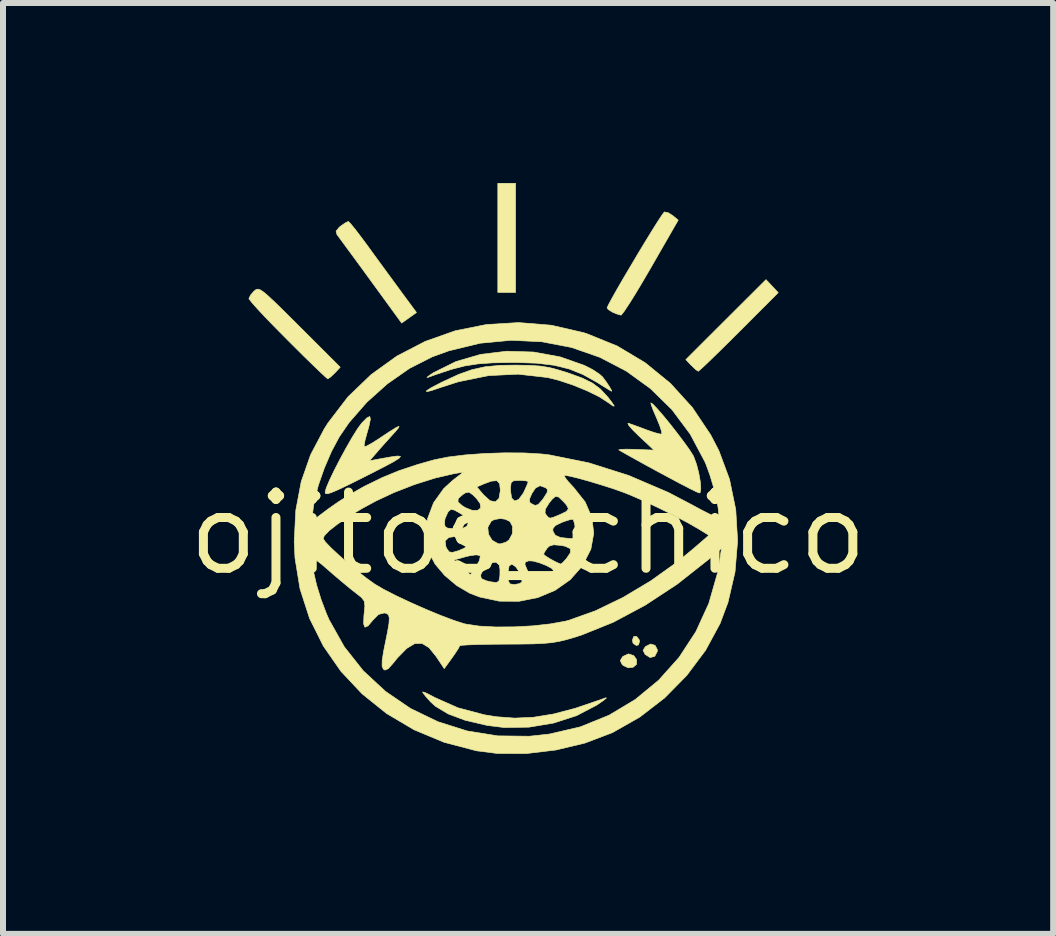
<source format=kicad_pcb>
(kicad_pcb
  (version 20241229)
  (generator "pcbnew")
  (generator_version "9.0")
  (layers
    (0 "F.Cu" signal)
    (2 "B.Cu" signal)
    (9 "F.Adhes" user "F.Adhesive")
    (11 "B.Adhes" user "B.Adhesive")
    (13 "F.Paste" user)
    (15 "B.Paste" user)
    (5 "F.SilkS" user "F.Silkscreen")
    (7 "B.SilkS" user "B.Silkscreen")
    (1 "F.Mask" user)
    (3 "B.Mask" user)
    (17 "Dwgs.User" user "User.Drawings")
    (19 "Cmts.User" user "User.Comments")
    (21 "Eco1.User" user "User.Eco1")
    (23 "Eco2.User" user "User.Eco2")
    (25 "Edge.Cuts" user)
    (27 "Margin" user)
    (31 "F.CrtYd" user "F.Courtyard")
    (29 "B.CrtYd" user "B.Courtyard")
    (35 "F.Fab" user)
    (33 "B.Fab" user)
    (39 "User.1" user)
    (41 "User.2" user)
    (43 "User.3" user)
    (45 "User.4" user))
  (footprint "ojitos_chico"
    (layer "F.Cu")
    (at 5.753 5.843)
    (property "Reference" "ojitos_chico" (at 0 0 0) (layer "F.SilkS") (effects (font (size 1.27 1.27) (thickness 0.15))))
    (attr through_hole)
    (fp_poly (pts (xy -0.209 -4.018) (xy -0.505 -4.018) (xy -0.505 -5.838) (xy -0.209 -5.838) (xy -0.209 -4.018)) (stroke (width 0.01) (type solid)) (fill yes) (layer "F.SilkS"))
    (fp_poly (pts (xy 1.85 1.769) (xy 1.858 1.796) (xy 1.84 1.856) (xy 1.805 1.867) (xy 1.75 1.831) (xy 1.738 1.778) (xy 1.761 1.716) (xy 1.808 1.715) (xy 1.85 1.769)) (stroke (width 0.01) (type solid)) (fill yes) (layer "F.SilkS"))
    (fp_poly (pts (xy 1.761 2.035) (xy 1.809 2.103) (xy 1.807 2.181) (xy 1.751 2.229) (xy 1.667 2.238) (xy 1.584 2.199) (xy 1.567 2.182) (xy 1.536 2.119) (xy 1.573 2.057) (xy 1.58 2.049) (xy 1.671 2.006) (xy 1.761 2.035)) (stroke (width 0.01) (type solid)) (fill yes) (layer "F.SilkS"))
    (fp_poly (pts (xy 2.116 1.864) (xy 2.154 1.935) (xy 2.153 1.967) (xy 2.11 2.048) (xy 2.033 2.067) (xy 1.951 2.016) (xy 1.95 2.014) (xy 1.916 1.949) (xy 1.952 1.889) (xy 1.957 1.884) (xy 2.04 1.842) (xy 2.116 1.864)) (stroke (width 0.01) (type solid)) (fill yes) (layer "F.SilkS"))
    (fp_poly (pts (xy 4.067 -4.124) (xy 4.169 -4.015) (xy 3.515 -3.36) (xy 3.323 -3.169) (xy 3.151 -3) (xy 3.008 -2.861) (xy 2.903 -2.762) (xy 2.845 -2.711) (xy 2.836 -2.705) (xy 2.793 -2.733) (xy 2.723 -2.8) (xy 2.72 -2.802) (xy 2.629 -2.899) (xy 3.297 -3.566) (xy 3.965 -4.232) (xy 4.067 -4.124)) (stroke (width 0.01) (type solid)) (fill yes) (layer "F.SilkS"))
    (fp_poly (pts (xy -2.964 -5.17) (xy -2.891 -5.082) (xy -2.79 -4.95) (xy -2.669 -4.787) (xy -2.641 -4.748) (xy -2.491 -4.542) (xy -2.334 -4.327) (xy -2.189 -4.13) (xy -2.086 -3.989) (xy -1.861 -3.684) (xy -1.984 -3.596) (xy -2.108 -3.508) (xy -2.625 -4.218) (xy -2.783 -4.435) (xy -2.926 -4.63) (xy -3.046 -4.793) (xy -3.134 -4.913) (xy -3.182 -4.978) (xy -3.187 -4.985) (xy -3.201 -5.041) (xy -3.146 -5.107) (xy -3.128 -5.122) (xy -3.047 -5.178) (xy -2.997 -5.202) (xy -2.997 -5.202) (xy -2.964 -5.17)) (stroke (width 0.01) (type solid)) (fill yes) (layer "F.SilkS"))
    (fp_poly (pts (xy 2.335 -5.347) (xy 2.41 -5.3) (xy 2.502 -5.224) (xy 2.046 -4.431) (xy 1.91 -4.198) (xy 1.787 -3.993) (xy 1.682 -3.825) (xy 1.603 -3.706) (xy 1.556 -3.646) (xy 1.548 -3.64) (xy 1.48 -3.659) (xy 1.41 -3.688) (xy 1.338 -3.732) (xy 1.316 -3.76) (xy 1.338 -3.81) (xy 1.396 -3.918) (xy 1.482 -4.071) (xy 1.589 -4.256) (xy 1.71 -4.46) (xy 1.835 -4.671) (xy 1.958 -4.874) (xy 2.071 -5.058) (xy 2.166 -5.209) (xy 2.235 -5.313) (xy 2.27 -5.359) (xy 2.272 -5.36) (xy 2.335 -5.347)) (stroke (width 0.01) (type solid)) (fill yes) (layer "F.SilkS"))
    (fp_poly (pts (xy -4.467 -4.063) (xy -4.409 -4.025) (xy -4.326 -3.954) (xy -4.208 -3.843) (xy -4.048 -3.686) (xy -3.837 -3.476) (xy -3.807 -3.446) (xy -3.132 -2.772) (xy -3.223 -2.675) (xy -3.294 -2.608) (xy -3.338 -2.578) (xy -3.339 -2.578) (xy -3.375 -2.607) (xy -3.461 -2.687) (xy -3.589 -2.81) (xy -3.75 -2.967) (xy -3.934 -3.15) (xy -4.009 -3.225) (xy -4.199 -3.417) (xy -4.367 -3.59) (xy -4.504 -3.736) (xy -4.601 -3.845) (xy -4.65 -3.907) (xy -4.654 -3.916) (xy -4.625 -3.976) (xy -4.568 -4.041) (xy -4.538 -4.064) (xy -4.507 -4.074) (xy -4.467 -4.063)) (stroke (width 0.01) (type solid)) (fill yes) (layer "F.SilkS"))
    (fp_poly (pts (xy -1.718 2.651) (xy -1.628 2.695) (xy -1.555 2.734) (xy -1.17 2.905) (xy -0.728 3.022) (xy -0.53 3.054) (xy -0.224 3.077) (xy 0.088 3.063) (xy 0.421 3.009) (xy 0.79 2.912) (xy 1.21 2.769) (xy 1.294 2.738) (xy 1.305 2.742) (xy 1.256 2.783) (xy 1.156 2.852) (xy 1.146 2.859) (xy 0.808 3.036) (xy 0.423 3.16) (xy 0.013 3.228) (xy -0.4 3.234) (xy -0.681 3.199) (xy -1.046 3.114) (xy -1.333 3.007) (xy -1.546 2.879) (xy -1.625 2.807) (xy -1.706 2.716) (xy -1.753 2.655) (xy -1.758 2.64) (xy -1.718 2.651)) (stroke (width 0.01) (type solid)) (fill yes) (layer "F.SilkS"))
    (fp_poly (pts (xy 0.093 -3.025) (xy 0.535 -2.944) (xy 0.934 -2.804) (xy 1.074 -2.733) (xy 1.191 -2.655) (xy 1.242 -2.609) (xy 1.305 -2.524) (xy 1.36 -2.441) (xy 1.391 -2.383) (xy 1.391 -2.371) (xy 1.351 -2.394) (xy 1.26 -2.45) (xy 1.146 -2.521) (xy 0.915 -2.65) (xy 0.684 -2.743) (xy 0.435 -2.804) (xy 0.146 -2.839) (xy -0.201 -2.851) (xy -0.294 -2.851) (xy -0.595 -2.845) (xy -0.842 -2.827) (xy -1.064 -2.792) (xy -1.289 -2.733) (xy -1.549 -2.646) (xy -1.67 -2.602) (xy -1.687 -2.603) (xy -1.641 -2.639) (xy -1.577 -2.681) (xy -1.204 -2.866) (xy -0.792 -2.986) (xy -0.355 -3.039) (xy 0.093 -3.025)) (stroke (width 0.01) (type solid)) (fill yes) (layer "F.SilkS"))
    (fp_poly (pts (xy 0.022 -2.803) (xy 0.201 -2.791) (xy 0.357 -2.766) (xy 0.522 -2.722) (xy 0.681 -2.672) (xy 0.905 -2.59) (xy 1.071 -2.508) (xy 1.204 -2.409) (xy 1.328 -2.275) (xy 1.396 -2.187) (xy 1.436 -2.126) (xy 1.417 -2.124) (xy 1.339 -2.18) (xy 1.336 -2.182) (xy 1.186 -2.279) (xy 0.98 -2.38) (xy 0.745 -2.476) (xy 0.51 -2.554) (xy 0.326 -2.6) (xy -0.167 -2.656) (xy -0.661 -2.632) (xy -1.164 -2.529) (xy -1.463 -2.433) (xy -1.616 -2.381) (xy -1.692 -2.364) (xy -1.693 -2.38) (xy -1.619 -2.428) (xy -1.47 -2.506) (xy -1.419 -2.531) (xy -1.158 -2.652) (xy -0.933 -2.732) (xy -0.714 -2.78) (xy -0.468 -2.803) (xy -0.209 -2.807) (xy 0.022 -2.803)) (stroke (width 0.01) (type solid)) (fill yes) (layer "F.SilkS"))
    (fp_poly (pts (xy -2.629 -1.906) (xy -2.653 -1.788) (xy -2.686 -1.672) (xy -2.719 -1.551) (xy -2.733 -1.467) (xy -2.731 -1.446) (xy -2.69 -1.459) (xy -2.599 -1.509) (xy -2.476 -1.587) (xy -2.467 -1.594) (xy -2.299 -1.705) (xy -2.195 -1.769) (xy -2.151 -1.787) (xy -2.161 -1.761) (xy -2.22 -1.69) (xy -2.263 -1.643) (xy -2.378 -1.516) (xy -2.487 -1.393) (xy -2.538 -1.334) (xy -2.643 -1.212) (xy -2.495 -1.24) (xy -2.301 -1.275) (xy -2.178 -1.292) (xy -2.127 -1.286) (xy -2.15 -1.255) (xy -2.246 -1.195) (xy -2.417 -1.104) (xy -2.559 -1.031) (xy -2.83 -0.894) (xy -3.036 -0.792) (xy -3.185 -0.722) (xy -3.285 -0.68) (xy -3.346 -0.662) (xy -3.376 -0.666) (xy -3.384 -0.686) (xy -3.384 -0.687) (xy -3.364 -0.762) (xy -3.309 -0.891) (xy -3.229 -1.058) (xy -3.133 -1.244) (xy -3.03 -1.433) (xy -2.93 -1.607) (xy -2.842 -1.748) (xy -2.776 -1.838) (xy -2.688 -1.927) (xy -2.64 -1.951) (xy -2.629 -1.906)) (stroke (width 0.01) (type solid)) (fill yes) (layer "F.SilkS"))
    (fp_poly (pts (xy 2.079 -2.157) (xy 2.151 -2.081) (xy 2.251 -1.966) (xy 2.366 -1.826) (xy 2.484 -1.675) (xy 2.595 -1.528) (xy 2.688 -1.399) (xy 2.749 -1.303) (xy 2.762 -1.277) (xy 2.808 -1.151) (xy 2.845 -1.006) (xy 2.87 -0.865) (xy 2.878 -0.75) (xy 2.868 -0.683) (xy 2.855 -0.675) (xy 2.808 -0.694) (xy 2.698 -0.748) (xy 2.541 -0.829) (xy 2.348 -0.932) (xy 2.175 -1.025) (xy 1.963 -1.14) (xy 1.779 -1.242) (xy 1.634 -1.323) (xy 1.54 -1.376) (xy 1.511 -1.394) (xy 1.54 -1.402) (xy 1.633 -1.406) (xy 1.773 -1.403) (xy 1.795 -1.402) (xy 2.098 -1.39) (xy 1.844 -1.628) (xy 1.739 -1.732) (xy 1.676 -1.805) (xy 1.663 -1.838) (xy 1.675 -1.837) (xy 1.761 -1.807) (xy 1.892 -1.759) (xy 1.985 -1.724) (xy 2.11 -1.681) (xy 2.2 -1.658) (xy 2.23 -1.659) (xy 2.224 -1.705) (xy 2.191 -1.805) (xy 2.142 -1.924) (xy 2.087 -2.051) (xy 2.053 -2.144) (xy 2.045 -2.178) (xy 2.079 -2.157)) (stroke (width 0.01) (type solid)) (fill yes) (layer "F.SilkS"))
    (fp_poly (pts (xy 0.386 -3.472) (xy 0.926 -3.348) (xy 0.976 -3.332) (xy 1.484 -3.126) (xy 1.951 -2.847) (xy 2.372 -2.503) (xy 2.738 -2.1) (xy 3.044 -1.643) (xy 3.179 -1.383) (xy 3.357 -0.905) (xy 3.461 -0.399) (xy 3.492 0.121) (xy 3.449 0.641) (xy 3.332 1.147) (xy 3.2 1.5) (xy 2.958 1.947) (xy 2.646 2.364) (xy 2.276 2.74) (xy 1.86 3.061) (xy 1.411 3.316) (xy 1.393 3.324) (xy 0.944 3.494) (xy 0.461 3.609) (xy -0.034 3.668) (xy -0.516 3.666) (xy -0.861 3.622) (xy -1.401 3.48) (xy -1.902 3.271) (xy -2.36 3) (xy -2.767 2.673) (xy -3.121 2.296) (xy -3.414 1.874) (xy -3.643 1.415) (xy -3.802 0.923) (xy -3.875 0.476) (xy -3.595 0.476) (xy -3.576 0.641) (xy -3.526 0.857) (xy -3.452 1.097) (xy -3.362 1.335) (xy -3.318 1.436) (xy -3.065 1.887) (xy -2.749 2.287) (xy -2.378 2.631) (xy -1.961 2.916) (xy -1.504 3.137) (xy -1.016 3.291) (xy -0.505 3.373) (xy 0.022 3.379) (xy 0.354 3.343) (xy 0.869 3.223) (xy 1.348 3.029) (xy 1.786 2.767) (xy 2.177 2.444) (xy 2.516 2.065) (xy 2.796 1.637) (xy 3.012 1.165) (xy 3.158 0.655) (xy 3.196 0.433) (xy 3.223 0.248) (xy 3.007 0.433) (xy 2.486 0.844) (xy 1.952 1.195) (xy 1.418 1.48) (xy 0.894 1.691) (xy 0.786 1.726) (xy 0.643 1.768) (xy 0.518 1.798) (xy 0.394 1.819) (xy 0.253 1.832) (xy 0.076 1.84) (xy -0.155 1.843) (xy -0.368 1.844) (xy -0.613 1.846) (xy -0.826 1.85) (xy -0.994 1.856) (xy -1.103 1.863) (xy -1.14 1.871) (xy -1.163 1.917) (xy -1.222 2.007) (xy -1.269 2.074) (xy -1.398 2.252) (xy -1.534 2.049) (xy -1.652 1.903) (xy -1.768 1.832) (xy -1.89 1.835) (xy -2.023 1.915) (xy -2.177 2.072) (xy -2.25 2.162) (xy -2.331 2.253) (xy -2.386 2.277) (xy -2.413 2.261) (xy -2.434 2.212) (xy -2.433 2.118) (xy -2.409 1.964) (xy -2.388 1.86) (xy -2.344 1.644) (xy -2.319 1.498) (xy -2.314 1.406) (xy -2.328 1.355) (xy -2.361 1.332) (xy -2.397 1.324) (xy -2.494 1.349) (xy -2.585 1.441) (xy -2.668 1.539) (xy -2.72 1.562) (xy -2.742 1.507) (xy -2.737 1.373) (xy -2.734 1.342) (xy -2.721 1.209) (xy -2.731 1.128) (xy -2.776 1.067) (xy -2.866 0.996) (xy -2.973 0.912) (xy -3.116 0.793) (xy -3.27 0.662) (xy -3.31 0.627) (xy -3.445 0.51) (xy -3.53 0.445) (xy -3.575 0.425) (xy -3.593 0.444) (xy -3.595 0.476) (xy -3.875 0.476) (xy -3.886 0.405) (xy -3.899 0.131) (xy -3.896 0.086) (xy -3.416 0.086) (xy -3.379 0.141) (xy -3.29 0.234) (xy -3.163 0.353) (xy -3.013 0.486) (xy -2.853 0.619) (xy -2.699 0.741) (xy -2.565 0.837) (xy -2.557 0.843) (xy -2.407 0.931) (xy -2.2 1.037) (xy -1.96 1.15) (xy -1.705 1.263) (xy -1.458 1.365) (xy -1.238 1.448) (xy -1.068 1.503) (xy -1.037 1.51) (xy -0.817 1.543) (xy -0.54 1.558) (xy -0.232 1.556) (xy 0.081 1.539) (xy 0.375 1.506) (xy 0.623 1.461) (xy 0.68 1.446) (xy 1.12 1.289) (xy 1.581 1.066) (xy 2.045 0.789) (xy 2.497 0.466) (xy 2.763 0.246) (xy 3.013 0.03) (xy 2.852 -0.07) (xy 2.67 -0.175) (xy 2.437 -0.298) (xy 2.178 -0.426) (xy 1.922 -0.546) (xy 1.695 -0.645) (xy 1.59 -0.686) (xy 1.419 -0.747) (xy 1.224 -0.809) (xy 1.025 -0.869) (xy 0.843 -0.92) (xy 0.699 -0.955) (xy 0.612 -0.97) (xy 0.609 -0.97) (xy 0.61 -0.943) (xy 0.662 -0.873) (xy 0.753 -0.774) (xy 0.763 -0.763) (xy 0.951 -0.526) (xy 1.062 -0.27) (xy 1.094 -0.004) (xy 1.046 0.261) (xy 1.042 0.27) (xy 0.902 0.544) (xy 0.701 0.771) (xy 0.45 0.947) (xy 0.161 1.068) (xy -0.152 1.13) (xy -0.48 1.128) (xy -0.809 1.058) (xy -0.973 0.995) (xy -1.191 0.867) (xy -1.391 0.698) (xy -1.393 0.696) (xy -0.793 0.696) (xy -0.779 0.752) (xy -0.696 0.788) (xy -0.624 0.805) (xy -0.528 0.818) (xy -0.487 0.792) (xy -0.471 0.711) (xy -0.47 0.681) (xy -0.336 0.681) (xy -0.33 0.79) (xy -0.303 0.839) (xy -0.24 0.85) (xy -0.233 0.851) (xy -0.143 0.835) (xy -0.104 0.809) (xy -0.103 0.741) (xy -0.143 0.646) (xy -0.203 0.559) (xy -0.264 0.513) (xy -0.27 0.512) (xy -0.054 0.512) (xy -0.022 0.592) (xy -0.008 0.622) (xy 0.056 0.725) (xy 0.129 0.76) (xy 0.234 0.733) (xy 0.301 0.701) (xy 0.386 0.652) (xy 0.426 0.619) (xy 0.426 0.617) (xy 0.39 0.579) (xy 0.301 0.532) (xy 0.188 0.488) (xy 0.081 0.459) (xy 0.012 0.455) (xy -0.044 0.475) (xy -0.054 0.512) (xy -0.27 0.512) (xy -0.274 0.512) (xy -0.317 0.541) (xy -0.335 0.637) (xy -0.336 0.681) (xy -0.47 0.681) (xy -0.469 0.599) (xy -0.481 0.526) (xy -0.534 0.478) (xy -0.617 0.488) (xy -0.705 0.548) (xy -0.75 0.605) (xy -0.793 0.696) (xy -1.393 0.696) (xy -1.551 0.509) (xy -1.586 0.442) (xy -1.238 0.442) (xy -1.1 0.565) (xy -0.963 0.688) (xy -0.865 0.547) (xy -0.81 0.448) (xy -0.798 0.379) (xy -0.803 0.368) (xy -0.865 0.355) (xy -0.981 0.372) (xy -1.039 0.386) (xy -1.238 0.442) (xy -1.586 0.442) (xy -1.637 0.345) (xy 0.258 0.345) (xy 0.29 0.374) (xy 0.367 0.423) (xy 0.458 0.472) (xy 0.531 0.505) (xy 0.546 0.509) (xy 0.58 0.482) (xy 0.64 0.417) (xy 0.707 0.317) (xy 0.703 0.253) (xy 0.621 0.213) (xy 0.548 0.198) (xy 0.424 0.188) (xy 0.351 0.211) (xy 0.316 0.246) (xy 0.27 0.316) (xy 0.258 0.345) (xy -1.637 0.345) (xy -1.65 0.319) (xy -1.687 0.124) (xy -1.383 0.124) (xy -1.37 0.221) (xy -1.355 0.252) (xy -1.316 0.306) (xy -1.26 0.315) (xy -1.163 0.287) (xy -1.067 0.246) (xy -1.017 0.21) (xy -1.015 0.205) (xy -1.017 0.105) (xy -1.052 0.059) (xy -1.143 0.047) (xy -1.184 0.046) (xy -1.321 0.065) (xy -1.383 0.124) (xy -1.687 0.124) (xy -1.703 0.037) (xy -1.683 -0.179) (xy -1.394 -0.179) (xy -1.385 -0.117) (xy -1.341 -0.089) (xy -1.24 -0.081) (xy -1.209 -0.081) (xy -1.086 -0.089) (xy -1.063 -0.1) (xy -0.672 -0.1) (xy -0.66 0.014) (xy -0.599 0.113) (xy -0.501 0.169) (xy -0.463 0.173) (xy -0.37 0.145) (xy -0.318 0.107) (xy -0.262 0.003) (xy -0.26 -0.079) (xy 0.412 -0.079) (xy 0.414 -0.038) (xy 0.453 0.029) (xy 0.54 0.067) (xy 0.691 0.083) (xy 0.696 0.084) (xy 0.775 0.081) (xy 0.804 0.048) (xy 0.797 -0.039) (xy 0.793 -0.065) (xy 0.772 -0.17) (xy 0.753 -0.232) (xy 0.751 -0.236) (xy 0.704 -0.233) (xy 0.609 -0.203) (xy 0.563 -0.186) (xy 0.453 -0.132) (xy 0.412 -0.079) (xy -0.26 -0.079) (xy -0.259 -0.116) (xy -0.302 -0.199) (xy -0.381 -0.238) (xy -0.463 -0.25) (xy -0.566 -0.232) (xy -0.624 -0.199) (xy -0.672 -0.1) (xy -1.063 -0.1) (xy -1.024 -0.119) (xy -1.002 -0.164) (xy -1.009 -0.234) (xy -1.078 -0.303) (xy -1.132 -0.337) (xy -1.143 -0.343) (xy 0.282 -0.343) (xy 0.301 -0.311) (xy 0.337 -0.269) (xy 0.368 -0.256) (xy 0.425 -0.272) (xy 0.527 -0.314) (xy 0.636 -0.366) (xy 0.672 -0.412) (xy 0.64 -0.475) (xy 0.588 -0.533) (xy 0.511 -0.607) (xy 0.457 -0.62) (xy 0.398 -0.569) (xy 0.346 -0.502) (xy 0.287 -0.406) (xy 0.282 -0.343) (xy -1.143 -0.343) (xy -1.23 -0.391) (xy -1.285 -0.402) (xy -1.324 -0.372) (xy -1.339 -0.351) (xy -1.385 -0.247) (xy -1.394 -0.179) (xy -1.683 -0.179) (xy -1.677 -0.245) (xy -1.576 -0.512) (xy -1.565 -0.527) (xy -1.169 -0.527) (xy -1.099 -0.464) (xy -1.045 -0.431) (xy -0.932 -0.386) (xy -0.841 -0.386) (xy -0.79 -0.426) (xy -0.8 -0.5) (xy -0.801 -0.502) (xy -0.86 -0.583) (xy -0.917 -0.641) (xy -0.984 -0.689) (xy -1.044 -0.678) (xy -1.09 -0.649) (xy -1.165 -0.583) (xy -1.169 -0.527) (xy -1.565 -0.527) (xy -1.406 -0.75) (xy -1.376 -0.777) (xy -0.855 -0.777) (xy -0.743 -0.645) (xy -0.635 -0.547) (xy -0.546 -0.528) (xy -0.486 -0.584) (xy -0.463 -0.715) (xy -0.463 -0.716) (xy -0.294 -0.716) (xy -0.275 -0.592) (xy -0.225 -0.542) (xy -0.157 -0.568) (xy -0.153 -0.573) (xy 0.022 -0.573) (xy 0.027 -0.521) (xy 0.052 -0.499) (xy 0.117 -0.468) (xy 0.169 -0.484) (xy 0.234 -0.557) (xy 0.26 -0.593) (xy 0.317 -0.684) (xy 0.321 -0.736) (xy 0.294 -0.762) (xy 0.2 -0.797) (xy 0.124 -0.759) (xy 0.063 -0.668) (xy 0.022 -0.573) (xy -0.153 -0.573) (xy -0.082 -0.67) (xy -0.069 -0.696) (xy -0.023 -0.796) (xy 0.001 -0.859) (xy 0.003 -0.865) (xy -0.035 -0.878) (xy -0.126 -0.885) (xy -0.146 -0.885) (xy -0.24 -0.88) (xy -0.283 -0.848) (xy -0.293 -0.766) (xy -0.294 -0.716) (xy -0.463 -0.716) (xy -0.463 -0.721) (xy -0.475 -0.832) (xy -0.521 -0.881) (xy -0.614 -0.873) (xy -0.733 -0.829) (xy -0.855 -0.777) (xy -1.376 -0.777) (xy -1.263 -0.881) (xy -1.077 -1.025) (xy -1.246 -0.995) (xy -1.552 -0.924) (xy -1.894 -0.816) (xy -2.238 -0.682) (xy -2.537 -0.542) (xy -2.777 -0.412) (xy -2.994 -0.28) (xy -3.177 -0.156) (xy -3.316 -0.047) (xy -3.398 0.039) (xy -3.416 0.086) (xy -3.896 0.086) (xy -3.882 -0.202) (xy -3.608 -0.202) (xy -3.337 -0.406) (xy -3.166 -0.526) (xy -2.958 -0.657) (xy -2.753 -0.774) (xy -2.717 -0.793) (xy -2.428 -0.934) (xy -2.148 -1.049) (xy -1.843 -1.15) (xy -1.564 -1.229) (xy -1.336 -1.275) (xy -1.049 -1.31) (xy -0.725 -1.334) (xy -0.389 -1.345) (xy -0.065 -1.343) (xy 0.223 -1.326) (xy 0.347 -1.312) (xy 1.008 -1.179) (xy 1.676 -0.968) (xy 2.339 -0.684) (xy 2.728 -0.48) (xy 2.896 -0.389) (xy 3.035 -0.319) (xy 3.132 -0.277) (xy 3.168 -0.269) (xy 3.178 -0.329) (xy 3.164 -0.45) (xy 3.132 -0.612) (xy 3.084 -0.796) (xy 3.027 -0.984) (xy 2.964 -1.155) (xy 2.948 -1.193) (xy 2.703 -1.655) (xy 2.398 -2.064) (xy 2.04 -2.415) (xy 1.637 -2.707) (xy 1.196 -2.937) (xy 0.725 -3.101) (xy 0.23 -3.196) (xy -0.28 -3.221) (xy -0.799 -3.172) (xy -1.319 -3.046) (xy -1.598 -2.945) (xy -1.975 -2.754) (xy -2.345 -2.496) (xy -2.688 -2.189) (xy -2.984 -1.85) (xy -3.147 -1.612) (xy -3.278 -1.367) (xy -3.398 -1.087) (xy -3.497 -0.803) (xy -3.563 -0.544) (xy -3.58 -0.437) (xy -3.608 -0.202) (xy -3.882 -0.202) (xy -3.872 -0.39) (xy -3.782 -0.865) (xy -3.626 -1.312) (xy -3.397 -1.746) (xy -3.334 -1.845) (xy -3.004 -2.276) (xy -2.618 -2.648) (xy -2.187 -2.958) (xy -1.716 -3.202) (xy -1.216 -3.379) (xy -0.693 -3.484) (xy -0.157 -3.516) (xy 0.386 -3.472)) (stroke (width 0.01) (type solid)) (fill yes) (layer "F.SilkS")))
  (gr_rect
    (start -3 -3)
    (end 14.505 12.516)
    (stroke (width 0.1) (type default))
    (fill no)
    (layer "Edge.Cuts")))
</source>
